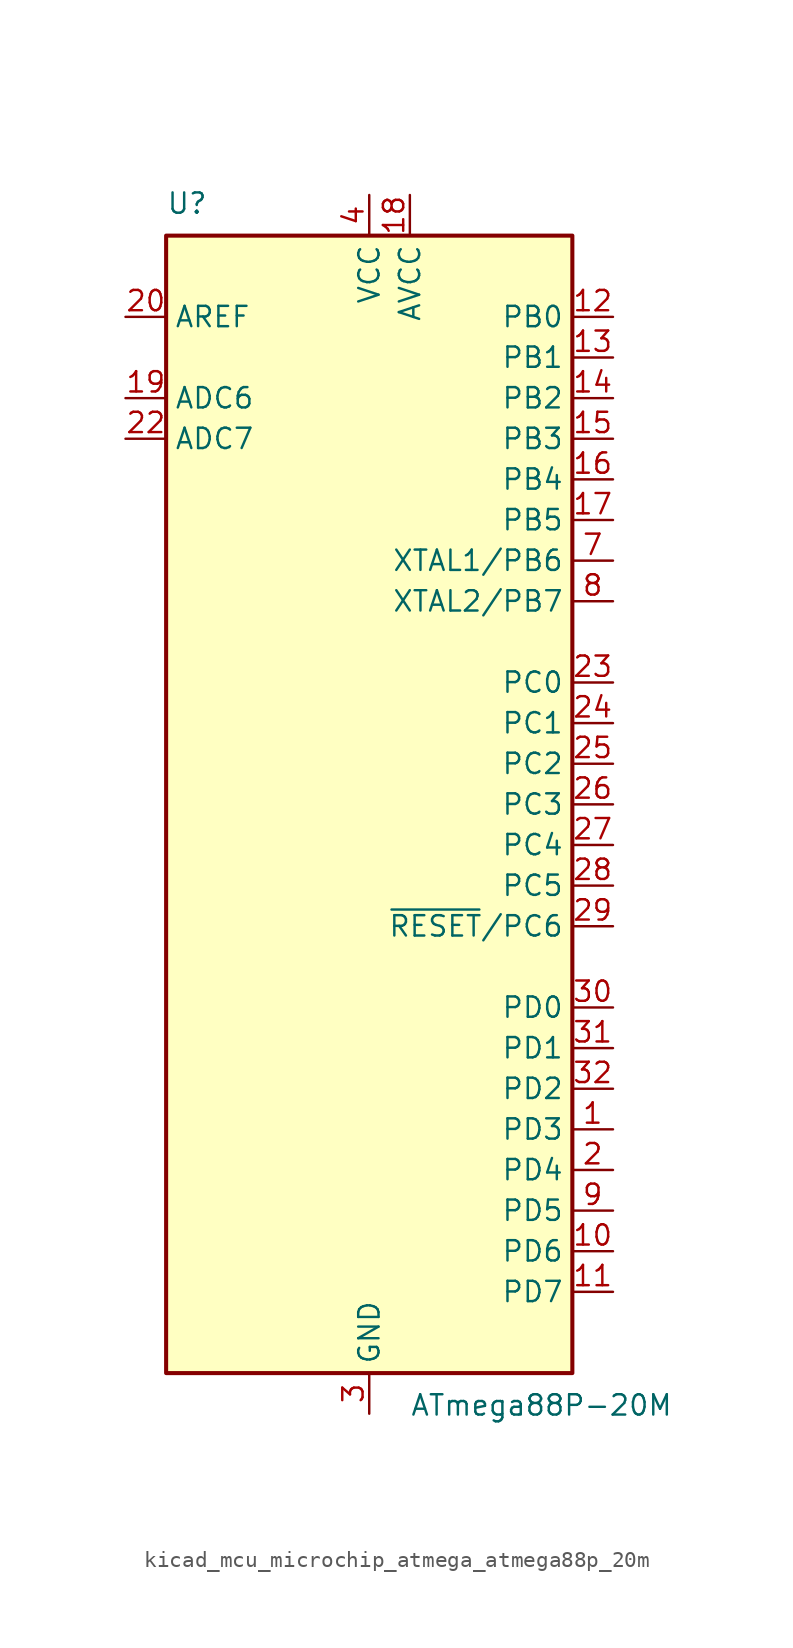
<source format=kicad_sym>
(kicad_symbol_lib
  (version 20220914)
  (generator kicad_symbol_editor)
  (symbol "kicad_mcu_microchip_atmega_atmega88p_20m"
    (property "Reference" "U"
      (at -12.7 36.83 0)
      (effects (font (size 1.27 1.27)) (justify left bottom)))
    (property "Value" "ATmega88P-20M"
      (at 2.54 -36.83 0)
      (effects (font (size 1.27 1.27)) (justify left top)))
    (symbol "kicad_mcu_microchip_atmega_atmega88p_20m_0_1"
      (rectangle (start -12.7 -35.56) (end 12.7 35.56) (stroke (width 0.254) (type default)) (fill (type background))))
    (symbol "kicad_mcu_microchip_atmega_atmega88p_20m_1_1"
      (pin bidirectional line (at 15.24 -20.32 180) (length 2.54) (name "PD3" (effects (font (size 1.27 1.27)))) (number "1" (effects (font (size 1.27 1.27)))))
      (pin bidirectional line (at 15.24 -27.94 180) (length 2.54) (name "PD6" (effects (font (size 1.27 1.27)))) (number "10" (effects (font (size 1.27 1.27)))))
      (pin bidirectional line (at 15.24 -30.48 180) (length 2.54) (name "PD7" (effects (font (size 1.27 1.27)))) (number "11" (effects (font (size 1.27 1.27)))))
      (pin bidirectional line (at 15.24 30.48 180) (length 2.54) (name "PB0" (effects (font (size 1.27 1.27)))) (number "12" (effects (font (size 1.27 1.27)))))
      (pin bidirectional line (at 15.24 27.94 180) (length 2.54) (name "PB1" (effects (font (size 1.27 1.27)))) (number "13" (effects (font (size 1.27 1.27)))))
      (pin bidirectional line (at 15.24 25.4 180) (length 2.54) (name "PB2" (effects (font (size 1.27 1.27)))) (number "14" (effects (font (size 1.27 1.27)))))
      (pin bidirectional line (at 15.24 22.86 180) (length 2.54) (name "PB3" (effects (font (size 1.27 1.27)))) (number "15" (effects (font (size 1.27 1.27)))))
      (pin bidirectional line (at 15.24 20.32 180) (length 2.54) (name "PB4" (effects (font (size 1.27 1.27)))) (number "16" (effects (font (size 1.27 1.27)))))
      (pin bidirectional line (at 15.24 17.78 180) (length 2.54) (name "PB5" (effects (font (size 1.27 1.27)))) (number "17" (effects (font (size 1.27 1.27)))))
      (pin power_in line (at 2.54 38.1 270) (length 2.54) (name "AVCC" (effects (font (size 1.27 1.27)))) (number "18" (effects (font (size 1.27 1.27)))))
      (pin input line (at -15.24 25.4 0) (length 2.54) (name "ADC6" (effects (font (size 1.27 1.27)))) (number "19" (effects (font (size 1.27 1.27)))))
      (pin bidirectional line (at 15.24 -22.86 180) (length 2.54) (name "PD4" (effects (font (size 1.27 1.27)))) (number "2" (effects (font (size 1.27 1.27)))))
      (pin passive line (at -15.24 30.48 0) (length 2.54) (name "AREF" (effects (font (size 1.27 1.27)))) (number "20" (effects (font (size 1.27 1.27)))))
      (pin passive line (at 0 -38.1 90) (length 2.54) hide (name "GND" (effects (font (size 1.27 1.27)))) (number "21" (effects (font (size 1.27 1.27)))))
      (pin input line (at -15.24 22.86 0) (length 2.54) (name "ADC7" (effects (font (size 1.27 1.27)))) (number "22" (effects (font (size 1.27 1.27)))))
      (pin bidirectional line (at 15.24 7.62 180) (length 2.54) (name "PC0" (effects (font (size 1.27 1.27)))) (number "23" (effects (font (size 1.27 1.27)))))
      (pin bidirectional line (at 15.24 5.08 180) (length 2.54) (name "PC1" (effects (font (size 1.27 1.27)))) (number "24" (effects (font (size 1.27 1.27)))))
      (pin bidirectional line (at 15.24 2.54 180) (length 2.54) (name "PC2" (effects (font (size 1.27 1.27)))) (number "25" (effects (font (size 1.27 1.27)))))
      (pin bidirectional line (at 15.24 0 180) (length 2.54) (name "PC3" (effects (font (size 1.27 1.27)))) (number "26" (effects (font (size 1.27 1.27)))))
      (pin bidirectional line (at 15.24 -2.54 180) (length 2.54) (name "PC4" (effects (font (size 1.27 1.27)))) (number "27" (effects (font (size 1.27 1.27)))))
      (pin bidirectional line (at 15.24 -5.08 180) (length 2.54) (name "PC5" (effects (font (size 1.27 1.27)))) (number "28" (effects (font (size 1.27 1.27)))))
      (pin bidirectional line (at 15.24 -7.62 180) (length 2.54) (name "~{RESET}/PC6" (effects (font (size 1.27 1.27)))) (number "29" (effects (font (size 1.27 1.27)))))
      (pin power_in line (at 0 -38.1 90) (length 2.54) (name "GND" (effects (font (size 1.27 1.27)))) (number "3" (effects (font (size 1.27 1.27)))))
      (pin bidirectional line (at 15.24 -12.7 180) (length 2.54) (name "PD0" (effects (font (size 1.27 1.27)))) (number "30" (effects (font (size 1.27 1.27)))))
      (pin bidirectional line (at 15.24 -15.24 180) (length 2.54) (name "PD1" (effects (font (size 1.27 1.27)))) (number "31" (effects (font (size 1.27 1.27)))))
      (pin bidirectional line (at 15.24 -17.78 180) (length 2.54) (name "PD2" (effects (font (size 1.27 1.27)))) (number "32" (effects (font (size 1.27 1.27)))))
      (pin passive line (at 0 -38.1 90) (length 2.54) hide (name "GND" (effects (font (size 1.27 1.27)))) (number "33" (effects (font (size 1.27 1.27)))))
      (pin power_in line (at 0 38.1 270) (length 2.54) (name "VCC" (effects (font (size 1.27 1.27)))) (number "4" (effects (font (size 1.27 1.27)))))
      (pin passive line (at 0 -38.1 90) (length 2.54) hide (name "GND" (effects (font (size 1.27 1.27)))) (number "5" (effects (font (size 1.27 1.27)))))
      (pin passive line (at 0 38.1 270) (length 2.54) hide (name "VCC" (effects (font (size 1.27 1.27)))) (number "6" (effects (font (size 1.27 1.27)))))
      (pin bidirectional line (at 15.24 15.24 180) (length 2.54) (name "XTAL1/PB6" (effects (font (size 1.27 1.27)))) (number "7" (effects (font (size 1.27 1.27)))))
      (pin bidirectional line (at 15.24 12.7 180) (length 2.54) (name "XTAL2/PB7" (effects (font (size 1.27 1.27)))) (number "8" (effects (font (size 1.27 1.27)))))
      (pin bidirectional line (at 15.24 -25.4 180) (length 2.54) (name "PD5" (effects (font (size 1.27 1.27)))) (number "9" (effects (font (size 1.27 1.27))))))))
</source>
